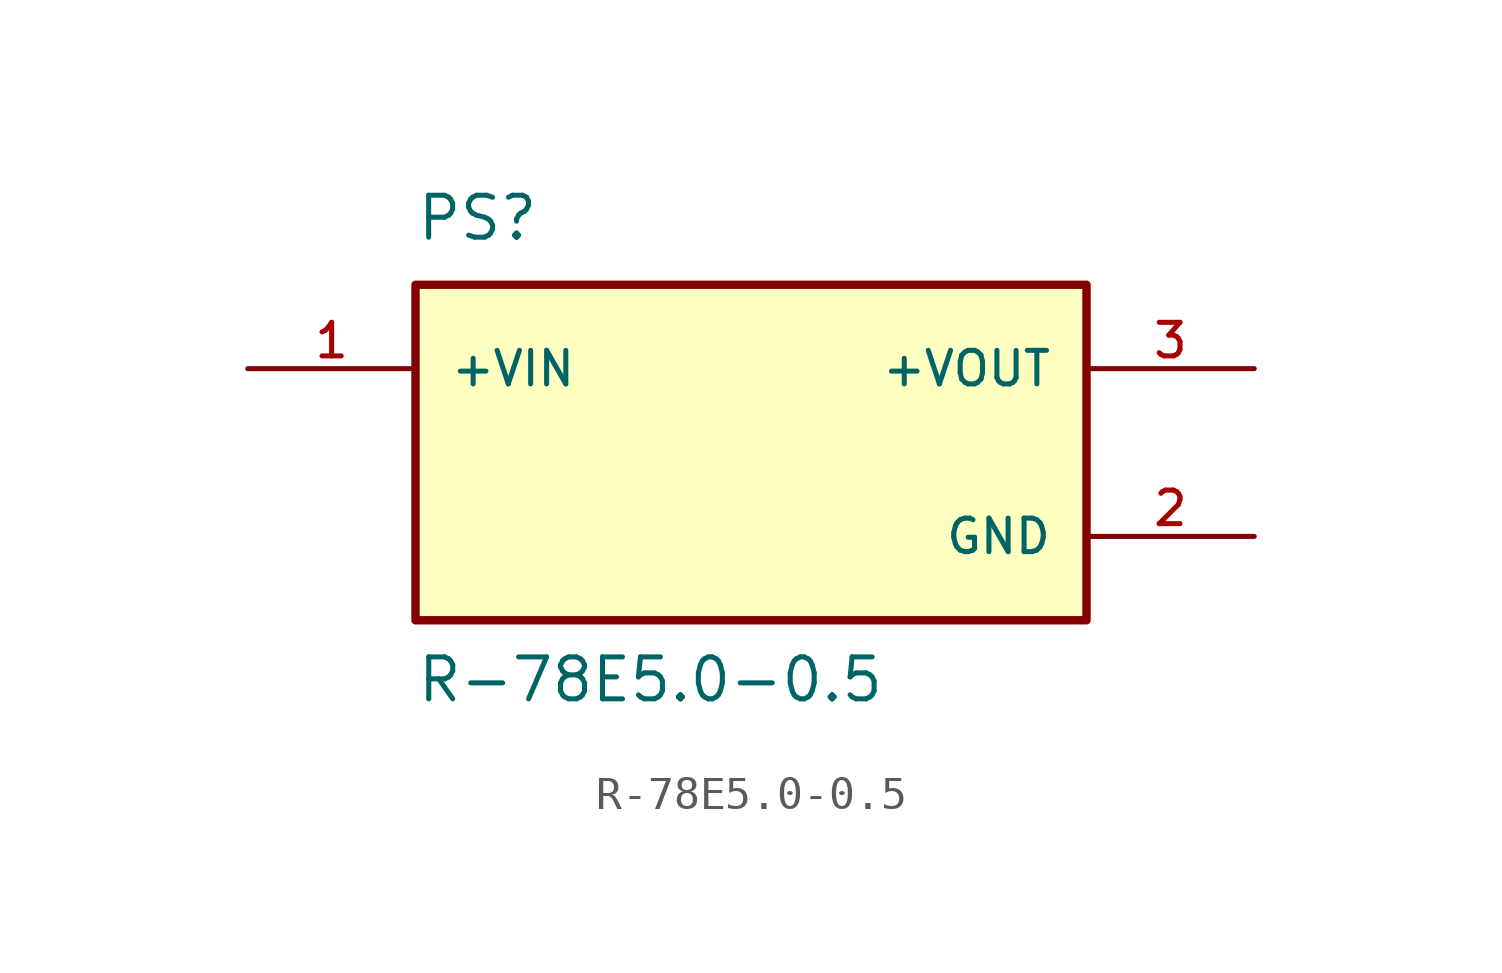
<source format=kicad_sym>
(kicad_symbol_lib
  (version 20211014)
  (generator kicad_symbol_editor)
  (symbol "R-78E5.0-0.5"
    (pin_names
      (offset 1.016))
    (property "Reference" "PS"
      (at -10.164 6.358 0)
      (effects (font (size 1.27 1.27)) (justify bottom left)))
    (property "Value" "R-78E5.0-0.5"
      (at -10.161 -7.623 0)
      (effects (font (size 1.27 1.27)) (justify bottom left)))
    (symbol "R-78E5.0-0.5_0_0"
      (rectangle (start -10.16 -5.08) (end 10.16 5.08) (stroke (width 0.254)) (fill (type background)))
      (pin input line (at -15.24 2.54 0) (length 5.08) (name "+VIN" (effects (font (size 1.016 1.016)))) (number "1" (effects (font (size 1.016 1.016)))))
      (pin output line (at 15.24 2.54 180.0) (length 5.08) (name "+VOUT" (effects (font (size 1.016 1.016)))) (number "3" (effects (font (size 1.016 1.016)))))
      (pin power_in line (at 15.24 -2.54 180.0) (length 5.08) (name "GND" (effects (font (size 1.016 1.016)))) (number "2" (effects (font (size 1.016 1.016))))))))
</source>
